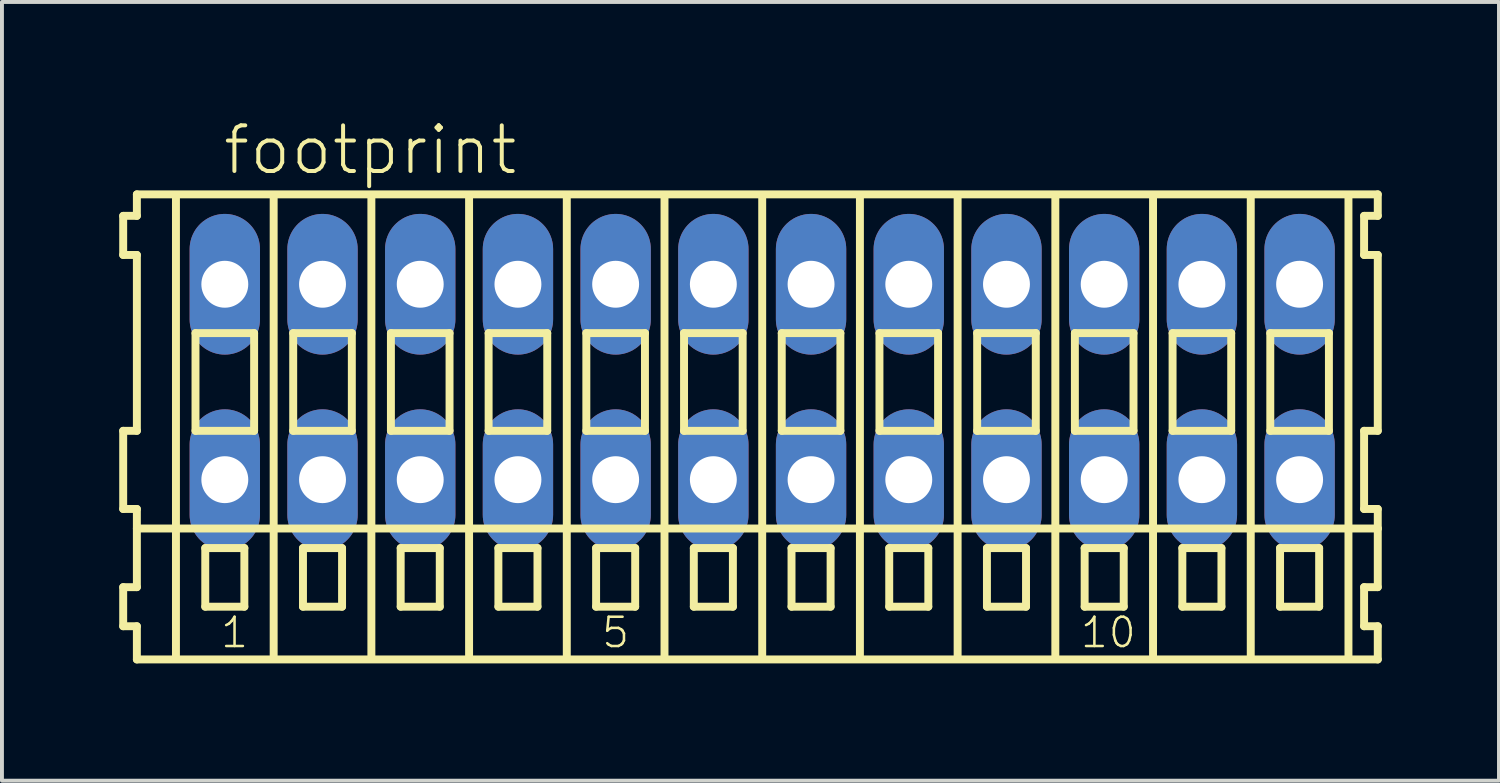
<source format=kicad_pcb>
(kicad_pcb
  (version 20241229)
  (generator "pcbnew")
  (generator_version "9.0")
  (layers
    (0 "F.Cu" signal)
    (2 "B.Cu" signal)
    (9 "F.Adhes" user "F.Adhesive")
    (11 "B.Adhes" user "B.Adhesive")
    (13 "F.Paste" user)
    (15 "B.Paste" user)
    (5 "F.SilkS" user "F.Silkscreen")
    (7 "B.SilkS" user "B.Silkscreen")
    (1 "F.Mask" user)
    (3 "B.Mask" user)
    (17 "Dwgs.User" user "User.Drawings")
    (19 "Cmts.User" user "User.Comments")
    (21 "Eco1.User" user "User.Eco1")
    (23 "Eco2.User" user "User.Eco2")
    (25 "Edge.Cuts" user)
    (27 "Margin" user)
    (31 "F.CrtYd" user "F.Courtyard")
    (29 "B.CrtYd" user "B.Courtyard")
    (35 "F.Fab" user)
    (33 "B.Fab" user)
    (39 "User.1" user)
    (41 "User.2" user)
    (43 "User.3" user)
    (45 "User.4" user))
  (footprint "footprint"
    (layer "F.Cu")
    (at 16.452 6.723)
    (property "Reference" "footprint" (at -13.85 -5.25 0) (layer "F.SilkS") (effects (font (size 1.168 1.168) (thickness 0.102)) (justify left bottom)))
    (fp_line (start -16.35 -4.25) (end -16.35 -3.25) (stroke (width 0.203) (type solid)) (layer "F.SilkS"))
    (fp_line (start -16.35 -3.25) (end -16 -3.25) (stroke (width 0.203) (type solid)) (layer "F.SilkS"))
    (fp_line (start -16.35 1.25) (end -16.35 3.25) (stroke (width 0.203) (type solid)) (layer "F.SilkS"))
    (fp_line (start -16.35 3.25) (end -16 3.25) (stroke (width 0.203) (type solid)) (layer "F.SilkS"))
    (fp_line (start -16.35 5.25) (end -16.35 6.25) (stroke (width 0.203) (type solid)) (layer "F.SilkS"))
    (fp_line (start -16.35 6.25) (end -16 6.25) (stroke (width 0.203) (type solid)) (layer "F.SilkS"))
    (fp_line (start -16 -4.8) (end -16 -4.25) (stroke (width 0.203) (type solid)) (layer "F.SilkS"))
    (fp_line (start -16 -4.25) (end -16.35 -4.25) (stroke (width 0.203) (type solid)) (layer "F.SilkS"))
    (fp_line (start -16 -3.25) (end -16 1.25) (stroke (width 0.203) (type solid)) (layer "F.SilkS"))
    (fp_line (start -16 1.25) (end -16.35 1.25) (stroke (width 0.203) (type solid)) (layer "F.SilkS"))
    (fp_line (start -16 3.25) (end -16 5.25) (stroke (width 0.203) (type solid)) (layer "F.SilkS"))
    (fp_line (start -16 3.75) (end 15.75 3.75) (stroke (width 0.203) (type solid)) (layer "F.SilkS"))
    (fp_line (start -16 5.25) (end -16.35 5.25) (stroke (width 0.203) (type solid)) (layer "F.SilkS"))
    (fp_line (start -16 6.25) (end -16 7.1) (stroke (width 0.203) (type solid)) (layer "F.SilkS"))
    (fp_line (start -16 7.1) (end 15.75 7.1) (stroke (width 0.203) (type solid)) (layer "F.SilkS"))
    (fp_line (start -15 -4.75) (end -15 7) (stroke (width 0.203) (type solid)) (layer "F.SilkS"))
    (fp_line (start -14.5 -1.25) (end -14.5 1.25) (stroke (width 0.203) (type solid)) (layer "F.SilkS"))
    (fp_line (start -14.5 1.25) (end -13 1.25) (stroke (width 0.203) (type solid)) (layer "F.SilkS"))
    (fp_line (start -14.25 4.25) (end -14.25 5.75) (stroke (width 0.203) (type solid)) (layer "F.SilkS"))
    (fp_line (start -14.25 5.75) (end -13.25 5.75) (stroke (width 0.203) (type solid)) (layer "F.SilkS"))
    (fp_line (start -13.25 4.25) (end -14.25 4.25) (stroke (width 0.203) (type solid)) (layer "F.SilkS"))
    (fp_line (start -13.25 5.75) (end -13.25 4.25) (stroke (width 0.203) (type solid)) (layer "F.SilkS"))
    (fp_line (start -13 -1.25) (end -14.5 -1.25) (stroke (width 0.203) (type solid)) (layer "F.SilkS"))
    (fp_line (start -13 1.25) (end -13 -1.25) (stroke (width 0.203) (type solid)) (layer "F.SilkS"))
    (fp_line (start -12.5 -4.75) (end -12.5 7) (stroke (width 0.203) (type solid)) (layer "F.SilkS"))
    (fp_line (start -12 -1.25) (end -12 1.25) (stroke (width 0.203) (type solid)) (layer "F.SilkS"))
    (fp_line (start -12 1.25) (end -10.5 1.25) (stroke (width 0.203) (type solid)) (layer "F.SilkS"))
    (fp_line (start -11.75 4.25) (end -11.75 5.75) (stroke (width 0.203) (type solid)) (layer "F.SilkS"))
    (fp_line (start -11.75 5.75) (end -10.75 5.75) (stroke (width 0.203) (type solid)) (layer "F.SilkS"))
    (fp_line (start -10.75 4.25) (end -11.75 4.25) (stroke (width 0.203) (type solid)) (layer "F.SilkS"))
    (fp_line (start -10.75 5.75) (end -10.75 4.25) (stroke (width 0.203) (type solid)) (layer "F.SilkS"))
    (fp_line (start -10.5 -1.25) (end -12 -1.25) (stroke (width 0.203) (type solid)) (layer "F.SilkS"))
    (fp_line (start -10.5 1.25) (end -10.5 -1.25) (stroke (width 0.203) (type solid)) (layer "F.SilkS"))
    (fp_line (start -10 -4.75) (end -10 7) (stroke (width 0.203) (type solid)) (layer "F.SilkS"))
    (fp_line (start -9.5 -1.25) (end -9.5 1.25) (stroke (width 0.203) (type solid)) (layer "F.SilkS"))
    (fp_line (start -9.5 1.25) (end -8 1.25) (stroke (width 0.203) (type solid)) (layer "F.SilkS"))
    (fp_line (start -9.25 4.25) (end -9.25 5.75) (stroke (width 0.203) (type solid)) (layer "F.SilkS"))
    (fp_line (start -9.25 5.75) (end -8.25 5.75) (stroke (width 0.203) (type solid)) (layer "F.SilkS"))
    (fp_line (start -8.25 4.25) (end -9.25 4.25) (stroke (width 0.203) (type solid)) (layer "F.SilkS"))
    (fp_line (start -8.25 5.75) (end -8.25 4.25) (stroke (width 0.203) (type solid)) (layer "F.SilkS"))
    (fp_line (start -8 -1.25) (end -9.5 -1.25) (stroke (width 0.203) (type solid)) (layer "F.SilkS"))
    (fp_line (start -8 1.25) (end -8 -1.25) (stroke (width 0.203) (type solid)) (layer "F.SilkS"))
    (fp_line (start -7.5 -4.75) (end -7.5 7) (stroke (width 0.203) (type solid)) (layer "F.SilkS"))
    (fp_line (start -7 -1.25) (end -7 1.25) (stroke (width 0.203) (type solid)) (layer "F.SilkS"))
    (fp_line (start -7 1.25) (end -5.5 1.25) (stroke (width 0.203) (type solid)) (layer "F.SilkS"))
    (fp_line (start -6.75 4.25) (end -6.75 5.75) (stroke (width 0.203) (type solid)) (layer "F.SilkS"))
    (fp_line (start -6.75 5.75) (end -5.75 5.75) (stroke (width 0.203) (type solid)) (layer "F.SilkS"))
    (fp_line (start -5.75 4.25) (end -6.75 4.25) (stroke (width 0.203) (type solid)) (layer "F.SilkS"))
    (fp_line (start -5.75 5.75) (end -5.75 4.25) (stroke (width 0.203) (type solid)) (layer "F.SilkS"))
    (fp_line (start -5.5 -1.25) (end -7 -1.25) (stroke (width 0.203) (type solid)) (layer "F.SilkS"))
    (fp_line (start -5.5 1.25) (end -5.5 -1.25) (stroke (width 0.203) (type solid)) (layer "F.SilkS"))
    (fp_line (start -5 -4.75) (end -5 7) (stroke (width 0.203) (type solid)) (layer "F.SilkS"))
    (fp_line (start -4.5 -1.25) (end -4.5 1.25) (stroke (width 0.203) (type solid)) (layer "F.SilkS"))
    (fp_line (start -4.5 1.25) (end -3 1.25) (stroke (width 0.203) (type solid)) (layer "F.SilkS"))
    (fp_line (start -4.25 4.25) (end -4.25 5.75) (stroke (width 0.203) (type solid)) (layer "F.SilkS"))
    (fp_line (start -4.25 5.75) (end -3.25 5.75) (stroke (width 0.203) (type solid)) (layer "F.SilkS"))
    (fp_line (start -3.25 4.25) (end -4.25 4.25) (stroke (width 0.203) (type solid)) (layer "F.SilkS"))
    (fp_line (start -3.25 5.75) (end -3.25 4.25) (stroke (width 0.203) (type solid)) (layer "F.SilkS"))
    (fp_line (start -3 -1.25) (end -4.5 -1.25) (stroke (width 0.203) (type solid)) (layer "F.SilkS"))
    (fp_line (start -3 1.25) (end -3 -1.25) (stroke (width 0.203) (type solid)) (layer "F.SilkS"))
    (fp_line (start -2.5 -4.75) (end -2.5 7) (stroke (width 0.203) (type solid)) (layer "F.SilkS"))
    (fp_line (start -2 -1.25) (end -2 1.25) (stroke (width 0.203) (type solid)) (layer "F.SilkS"))
    (fp_line (start -2 1.25) (end -0.5 1.25) (stroke (width 0.203) (type solid)) (layer "F.SilkS"))
    (fp_line (start -1.75 4.25) (end -1.75 5.75) (stroke (width 0.203) (type solid)) (layer "F.SilkS"))
    (fp_line (start -1.75 5.75) (end -0.75 5.75) (stroke (width 0.203) (type solid)) (layer "F.SilkS"))
    (fp_line (start -0.75 4.25) (end -1.75 4.25) (stroke (width 0.203) (type solid)) (layer "F.SilkS"))
    (fp_line (start -0.75 5.75) (end -0.75 4.25) (stroke (width 0.203) (type solid)) (layer "F.SilkS"))
    (fp_line (start -0.5 -1.25) (end -2 -1.25) (stroke (width 0.203) (type solid)) (layer "F.SilkS"))
    (fp_line (start -0.5 1.25) (end -0.5 -1.25) (stroke (width 0.203) (type solid)) (layer "F.SilkS"))
    (fp_line (start 0 -4.75) (end 0 7) (stroke (width 0.203) (type solid)) (layer "F.SilkS"))
    (fp_line (start 0.5 -1.25) (end 0.5 1.25) (stroke (width 0.203) (type solid)) (layer "F.SilkS"))
    (fp_line (start 0.5 1.25) (end 2 1.25) (stroke (width 0.203) (type solid)) (layer "F.SilkS"))
    (fp_line (start 0.75 4.25) (end 0.75 5.75) (stroke (width 0.203) (type solid)) (layer "F.SilkS"))
    (fp_line (start 0.75 5.75) (end 1.75 5.75) (stroke (width 0.203) (type solid)) (layer "F.SilkS"))
    (fp_line (start 1.75 4.25) (end 0.75 4.25) (stroke (width 0.203) (type solid)) (layer "F.SilkS"))
    (fp_line (start 1.75 5.75) (end 1.75 4.25) (stroke (width 0.203) (type solid)) (layer "F.SilkS"))
    (fp_line (start 2 -1.25) (end 0.5 -1.25) (stroke (width 0.203) (type solid)) (layer "F.SilkS"))
    (fp_line (start 2 1.25) (end 2 -1.25) (stroke (width 0.203) (type solid)) (layer "F.SilkS"))
    (fp_line (start 2.5 -4.75) (end 2.5 7) (stroke (width 0.203) (type solid)) (layer "F.SilkS"))
    (fp_line (start 3 -1.25) (end 3 1.25) (stroke (width 0.203) (type solid)) (layer "F.SilkS"))
    (fp_line (start 3 1.25) (end 4.5 1.25) (stroke (width 0.203) (type solid)) (layer "F.SilkS"))
    (fp_line (start 3.25 4.25) (end 3.25 5.75) (stroke (width 0.203) (type solid)) (layer "F.SilkS"))
    (fp_line (start 3.25 5.75) (end 4.25 5.75) (stroke (width 0.203) (type solid)) (layer "F.SilkS"))
    (fp_line (start 4.25 4.25) (end 3.25 4.25) (stroke (width 0.203) (type solid)) (layer "F.SilkS"))
    (fp_line (start 4.25 5.75) (end 4.25 4.25) (stroke (width 0.203) (type solid)) (layer "F.SilkS"))
    (fp_line (start 4.5 -1.25) (end 3 -1.25) (stroke (width 0.203) (type solid)) (layer "F.SilkS"))
    (fp_line (start 4.5 1.25) (end 4.5 -1.25) (stroke (width 0.203) (type solid)) (layer "F.SilkS"))
    (fp_line (start 5 -4.75) (end 5 7) (stroke (width 0.203) (type solid)) (layer "F.SilkS"))
    (fp_line (start 5.5 -1.25) (end 5.5 1.25) (stroke (width 0.203) (type solid)) (layer "F.SilkS"))
    (fp_line (start 5.5 1.25) (end 7 1.25) (stroke (width 0.203) (type solid)) (layer "F.SilkS"))
    (fp_line (start 5.75 4.25) (end 5.75 5.75) (stroke (width 0.203) (type solid)) (layer "F.SilkS"))
    (fp_line (start 5.75 5.75) (end 6.75 5.75) (stroke (width 0.203) (type solid)) (layer "F.SilkS"))
    (fp_line (start 6.75 4.25) (end 5.75 4.25) (stroke (width 0.203) (type solid)) (layer "F.SilkS"))
    (fp_line (start 6.75 5.75) (end 6.75 4.25) (stroke (width 0.203) (type solid)) (layer "F.SilkS"))
    (fp_line (start 7 -1.25) (end 5.5 -1.25) (stroke (width 0.203) (type solid)) (layer "F.SilkS"))
    (fp_line (start 7 1.25) (end 7 -1.25) (stroke (width 0.203) (type solid)) (layer "F.SilkS"))
    (fp_line (start 7.5 -4.75) (end 7.5 7) (stroke (width 0.203) (type solid)) (layer "F.SilkS"))
    (fp_line (start 8 -1.25) (end 8 1.25) (stroke (width 0.203) (type solid)) (layer "F.SilkS"))
    (fp_line (start 8 1.25) (end 9.5 1.25) (stroke (width 0.203) (type solid)) (layer "F.SilkS"))
    (fp_line (start 8.25 4.25) (end 8.25 5.75) (stroke (width 0.203) (type solid)) (layer "F.SilkS"))
    (fp_line (start 8.25 5.75) (end 9.25 5.75) (stroke (width 0.203) (type solid)) (layer "F.SilkS"))
    (fp_line (start 9.25 4.25) (end 8.25 4.25) (stroke (width 0.203) (type solid)) (layer "F.SilkS"))
    (fp_line (start 9.25 5.75) (end 9.25 4.25) (stroke (width 0.203) (type solid)) (layer "F.SilkS"))
    (fp_line (start 9.5 -1.25) (end 8 -1.25) (stroke (width 0.203) (type solid)) (layer "F.SilkS"))
    (fp_line (start 9.5 1.25) (end 9.5 -1.25) (stroke (width 0.203) (type solid)) (layer "F.SilkS"))
    (fp_line (start 10 -4.75) (end 10 7) (stroke (width 0.203) (type solid)) (layer "F.SilkS"))
    (fp_line (start 10.5 -1.25) (end 10.5 1.25) (stroke (width 0.203) (type solid)) (layer "F.SilkS"))
    (fp_line (start 10.5 1.25) (end 12 1.25) (stroke (width 0.203) (type solid)) (layer "F.SilkS"))
    (fp_line (start 10.75 4.25) (end 10.75 5.75) (stroke (width 0.203) (type solid)) (layer "F.SilkS"))
    (fp_line (start 10.75 5.75) (end 11.75 5.75) (stroke (width 0.203) (type solid)) (layer "F.SilkS"))
    (fp_line (start 11.75 4.25) (end 10.75 4.25) (stroke (width 0.203) (type solid)) (layer "F.SilkS"))
    (fp_line (start 11.75 5.75) (end 11.75 4.25) (stroke (width 0.203) (type solid)) (layer "F.SilkS"))
    (fp_line (start 12 -1.25) (end 10.5 -1.25) (stroke (width 0.203) (type solid)) (layer "F.SilkS"))
    (fp_line (start 12 1.25) (end 12 -1.25) (stroke (width 0.203) (type solid)) (layer "F.SilkS"))
    (fp_line (start 12.5 -4.75) (end 12.5 7) (stroke (width 0.203) (type solid)) (layer "F.SilkS"))
    (fp_line (start 13 -1.25) (end 13 1.25) (stroke (width 0.203) (type solid)) (layer "F.SilkS"))
    (fp_line (start 13 1.25) (end 14.5 1.25) (stroke (width 0.203) (type solid)) (layer "F.SilkS"))
    (fp_line (start 13.25 4.25) (end 13.25 5.75) (stroke (width 0.203) (type solid)) (layer "F.SilkS"))
    (fp_line (start 13.25 5.75) (end 14.25 5.75) (stroke (width 0.203) (type solid)) (layer "F.SilkS"))
    (fp_line (start 14.25 4.25) (end 13.25 4.25) (stroke (width 0.203) (type solid)) (layer "F.SilkS"))
    (fp_line (start 14.25 5.75) (end 14.25 4.25) (stroke (width 0.203) (type solid)) (layer "F.SilkS"))
    (fp_line (start 14.5 -1.25) (end 13 -1.25) (stroke (width 0.203) (type solid)) (layer "F.SilkS"))
    (fp_line (start 14.5 1.25) (end 14.5 -1.25) (stroke (width 0.203) (type solid)) (layer "F.SilkS"))
    (fp_line (start 15 -4.75) (end 15 7) (stroke (width 0.203) (type solid)) (layer "F.SilkS"))
    (fp_line (start 15.4 -4.25) (end 15.4 -3.25) (stroke (width 0.203) (type solid)) (layer "F.SilkS"))
    (fp_line (start 15.4 -3.25) (end 15.75 -3.25) (stroke (width 0.203) (type solid)) (layer "F.SilkS"))
    (fp_line (start 15.4 1.25) (end 15.4 3.25) (stroke (width 0.203) (type solid)) (layer "F.SilkS"))
    (fp_line (start 15.4 3.25) (end 15.75 3.25) (stroke (width 0.203) (type solid)) (layer "F.SilkS"))
    (fp_line (start 15.4 5.25) (end 15.4 6.25) (stroke (width 0.203) (type solid)) (layer "F.SilkS"))
    (fp_line (start 15.4 6.25) (end 15.75 6.25) (stroke (width 0.203) (type solid)) (layer "F.SilkS"))
    (fp_line (start 15.75 -4.8) (end -16 -4.8) (stroke (width 0.203) (type solid)) (layer "F.SilkS"))
    (fp_line (start 15.75 -4.25) (end 15.4 -4.25) (stroke (width 0.203) (type solid)) (layer "F.SilkS"))
    (fp_line (start 15.75 -4.25) (end 15.75 -4.8) (stroke (width 0.203) (type solid)) (layer "F.SilkS"))
    (fp_line (start 15.75 1.25) (end 15.4 1.25) (stroke (width 0.203) (type solid)) (layer "F.SilkS"))
    (fp_line (start 15.75 1.25) (end 15.75 -3.25) (stroke (width 0.203) (type solid)) (layer "F.SilkS"))
    (fp_line (start 15.75 3.75) (end 15.75 3.25) (stroke (width 0.203) (type solid)) (layer "F.SilkS"))
    (fp_line (start 15.75 5.25) (end 15.4 5.25) (stroke (width 0.203) (type solid)) (layer "F.SilkS"))
    (fp_line (start 15.75 5.25) (end 15.75 3.75) (stroke (width 0.203) (type solid)) (layer "F.SilkS"))
    (fp_line (start 15.75 7.1) (end 15.75 6.25) (stroke (width 0.203) (type solid)) (layer "F.SilkS"))
    (fp_text user "1" (at -13.9 6.85 0) (layer "F.SilkS") (effects (font (size 0.748 0.748) (thickness 0.065)) (justify left bottom)))
    (fp_text user "10" (at 8.1 6.85 0) (layer "F.SilkS") (effects (font (size 0.748 0.748) (thickness 0.065)) (justify left bottom)))
    (fp_text user "5" (at -4.15 6.85 0) (layer "F.SilkS") (effects (font (size 0.748 0.748) (thickness 0.065)) (justify left bottom)))
    (pad "A1" thru_hole oval (at -13.75 -2.5 90) (size 3.6 1.8) (drill 1.2) (layers "*.Cu" "*.Mask"))
    (pad "A2" thru_hole oval (at -11.25 -2.5 90) (size 3.6 1.8) (drill 1.2) (layers "*.Cu" "*.Mask"))
    (pad "A3" thru_hole oval (at -8.75 -2.5 90) (size 3.6 1.8) (drill 1.2) (layers "*.Cu" "*.Mask"))
    (pad "A4" thru_hole oval (at -6.25 -2.5 90) (size 3.6 1.8) (drill 1.2) (layers "*.Cu" "*.Mask"))
    (pad "A5" thru_hole oval (at -3.75 -2.5 90) (size 3.6 1.8) (drill 1.2) (layers "*.Cu" "*.Mask"))
    (pad "A6" thru_hole oval (at -1.25 -2.5 90) (size 3.6 1.8) (drill 1.2) (layers "*.Cu" "*.Mask"))
    (pad "A7" thru_hole oval (at 1.25 -2.5 90) (size 3.6 1.8) (drill 1.2) (layers "*.Cu" "*.Mask"))
    (pad "A8" thru_hole oval (at 3.75 -2.5 90) (size 3.6 1.8) (drill 1.2) (layers "*.Cu" "*.Mask"))
    (pad "A9" thru_hole oval (at 6.25 -2.5 90) (size 3.6 1.8) (drill 1.2) (layers "*.Cu" "*.Mask"))
    (pad "A10" thru_hole oval (at 8.75 -2.5 90) (size 3.6 1.8) (drill 1.2) (layers "*.Cu" "*.Mask"))
    (pad "A11" thru_hole oval (at 11.25 -2.5 90) (size 3.6 1.8) (drill 1.2) (layers "*.Cu" "*.Mask"))
    (pad "A12" thru_hole oval (at 13.75 -2.5 90) (size 3.6 1.8) (drill 1.2) (layers "*.Cu" "*.Mask"))
    (pad "B1" thru_hole oval (at -13.75 2.5 90) (size 3.6 1.8) (drill 1.2) (layers "*.Cu" "*.Mask"))
    (pad "B2" thru_hole oval (at -11.25 2.5 90) (size 3.6 1.8) (drill 1.2) (layers "*.Cu" "*.Mask"))
    (pad "B3" thru_hole oval (at -8.75 2.5 90) (size 3.6 1.8) (drill 1.2) (layers "*.Cu" "*.Mask"))
    (pad "B4" thru_hole oval (at -6.25 2.5 90) (size 3.6 1.8) (drill 1.2) (layers "*.Cu" "*.Mask"))
    (pad "B5" thru_hole oval (at -3.75 2.5 90) (size 3.6 1.8) (drill 1.2) (layers "*.Cu" "*.Mask"))
    (pad "B6" thru_hole oval (at -1.25 2.5 90) (size 3.6 1.8) (drill 1.2) (layers "*.Cu" "*.Mask"))
    (pad "B7" thru_hole oval (at 1.25 2.5 90) (size 3.6 1.8) (drill 1.2) (layers "*.Cu" "*.Mask"))
    (pad "B8" thru_hole oval (at 3.75 2.5 90) (size 3.6 1.8) (drill 1.2) (layers "*.Cu" "*.Mask"))
    (pad "B9" thru_hole oval (at 6.25 2.5 90) (size 3.6 1.8) (drill 1.2) (layers "*.Cu" "*.Mask"))
    (pad "B10" thru_hole oval (at 8.75 2.5 90) (size 3.6 1.8) (drill 1.2) (layers "*.Cu" "*.Mask"))
    (pad "B11" thru_hole oval (at 11.25 2.5 90) (size 3.6 1.8) (drill 1.2) (layers "*.Cu" "*.Mask"))
    (pad "B12" thru_hole oval (at 13.75 2.5 90) (size 3.6 1.8) (drill 1.2) (layers "*.Cu" "*.Mask")))
  (gr_rect
    (start -3 -3)
    (end 35.303 16.925)
    (stroke (width 0.1) (type default))
    (fill no)
    (layer "Edge.Cuts")))
</source>
